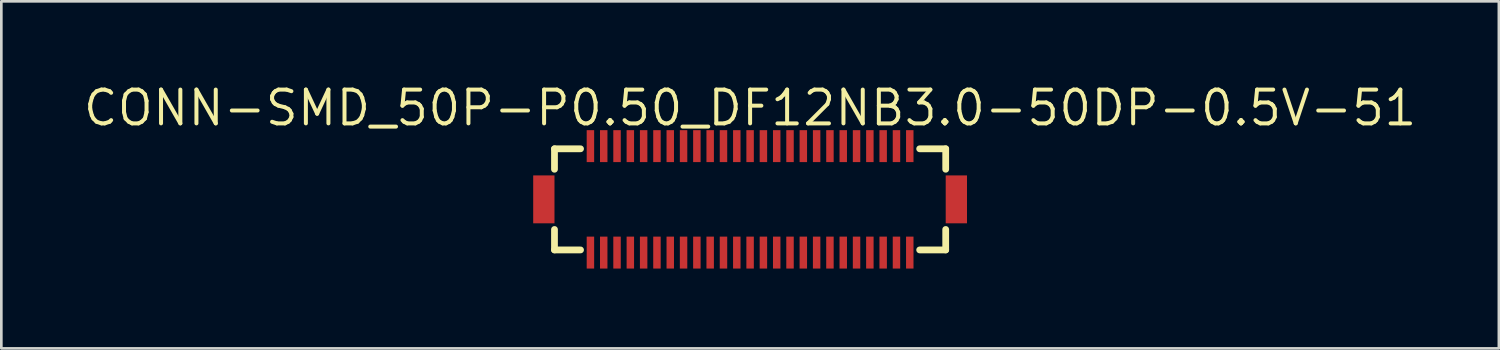
<source format=kicad_pcb>
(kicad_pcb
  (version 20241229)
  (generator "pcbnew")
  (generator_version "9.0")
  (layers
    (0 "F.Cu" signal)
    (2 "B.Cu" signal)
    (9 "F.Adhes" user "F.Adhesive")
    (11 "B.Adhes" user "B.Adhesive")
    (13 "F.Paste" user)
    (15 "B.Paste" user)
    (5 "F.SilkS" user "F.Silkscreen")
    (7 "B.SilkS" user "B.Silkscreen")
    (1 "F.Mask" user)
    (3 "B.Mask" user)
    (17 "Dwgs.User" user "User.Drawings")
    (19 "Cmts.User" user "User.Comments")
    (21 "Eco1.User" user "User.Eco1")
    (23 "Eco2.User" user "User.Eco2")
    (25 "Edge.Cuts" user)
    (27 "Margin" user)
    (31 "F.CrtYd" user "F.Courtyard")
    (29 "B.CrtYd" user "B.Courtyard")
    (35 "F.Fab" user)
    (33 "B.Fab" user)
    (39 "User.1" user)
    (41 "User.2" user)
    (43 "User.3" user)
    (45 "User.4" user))
  (footprint "CONN-SMD_50P-P0.50_DF12NB3.0-50DP-0.5V-51"
    (layer "F.Cu")
    (at 25.135 4.441)
    (property "Reference" "CONN-SMD_50P-P0.50_DF12NB3.0-50DP-0.5V-51" (at -0.00005 -3.435 0) (layer "F.SilkS") (effects (font (size 1.27 1.27) (thickness 0.15))))
    (fp_line (start -7.35 -1.9) (end -6.371 -1.9) (stroke (width 0.254) (type default)) (layer "F.SilkS"))
    (fp_line (start -7.35 -1.131) (end -7.35 -1.9) (stroke (width 0.254) (type default)) (layer "F.SilkS"))
    (fp_line (start -7.35 1.9) (end -7.35 1.131) (stroke (width 0.254) (type default)) (layer "F.SilkS"))
    (fp_line (start -6.371 1.9) (end -7.35 1.9) (stroke (width 0.254) (type default)) (layer "F.SilkS"))
    (fp_line (start 6.371 -1.9) (end 7.35 -1.9) (stroke (width 0.254) (type default)) (layer "F.SilkS"))
    (fp_line (start 7.35 -1.9) (end 7.35 -1.131) (stroke (width 0.254) (type default)) (layer "F.SilkS"))
    (fp_line (start 7.35 1.131) (end 7.35 1.9) (stroke (width 0.254) (type default)) (layer "F.SilkS"))
    (fp_line (start 7.35 1.9) (end 6.371 1.9) (stroke (width 0.254) (type default)) (layer "F.SilkS"))
    (fp_circle (center -7.8 2.3) (end -7.77 2.3) (stroke (width 0.06) (type default)) (fill no) (layer "User.5"))
    (pad "1" smd rect (at -6 2) (size 0.28 1.2) (layers "F.Cu" "F.Mask" "F.Paste"))
    (pad "2" smd rect (at -6 -2) (size 0.28 1.2) (layers "F.Cu" "F.Mask" "F.Paste"))
    (pad "3" smd rect (at -5.5 2) (size 0.28 1.2) (layers "F.Cu" "F.Mask" "F.Paste"))
    (pad "4" smd rect (at -5.5 -2) (size 0.28 1.2) (layers "F.Cu" "F.Mask" "F.Paste"))
    (pad "5" smd rect (at -5 2) (size 0.28 1.2) (layers "F.Cu" "F.Mask" "F.Paste"))
    (pad "6" smd rect (at -5 -2) (size 0.28 1.2) (layers "F.Cu" "F.Mask" "F.Paste"))
    (pad "7" smd rect (at -4.5 2) (size 0.28 1.2) (layers "F.Cu" "F.Mask" "F.Paste"))
    (pad "8" smd rect (at -4.5 -2) (size 0.28 1.2) (layers "F.Cu" "F.Mask" "F.Paste"))
    (pad "9" smd rect (at -4 2) (size 0.28 1.2) (layers "F.Cu" "F.Mask" "F.Paste"))
    (pad "10" smd rect (at -4 -2) (size 0.28 1.2) (layers "F.Cu" "F.Mask" "F.Paste"))
    (pad "11" smd rect (at -3.5 2) (size 0.28 1.2) (layers "F.Cu" "F.Mask" "F.Paste"))
    (pad "12" smd rect (at -3.5 -2) (size 0.28 1.2) (layers "F.Cu" "F.Mask" "F.Paste"))
    (pad "13" smd rect (at -3 2) (size 0.28 1.2) (layers "F.Cu" "F.Mask" "F.Paste"))
    (pad "14" smd rect (at -3 -2) (size 0.28 1.2) (layers "F.Cu" "F.Mask" "F.Paste"))
    (pad "15" smd rect (at -2.5 2) (size 0.28 1.2) (layers "F.Cu" "F.Mask" "F.Paste"))
    (pad "16" smd rect (at -2.5 -2) (size 0.28 1.2) (layers "F.Cu" "F.Mask" "F.Paste"))
    (pad "17" smd rect (at -2 2) (size 0.28 1.2) (layers "F.Cu" "F.Mask" "F.Paste"))
    (pad "18" smd rect (at -2 -2) (size 0.28 1.2) (layers "F.Cu" "F.Mask" "F.Paste"))
    (pad "19" smd rect (at -1.5 2) (size 0.28 1.2) (layers "F.Cu" "F.Mask" "F.Paste"))
    (pad "20" smd rect (at -1.5 -2) (size 0.28 1.2) (layers "F.Cu" "F.Mask" "F.Paste"))
    (pad "21" smd rect (at -1 2) (size 0.28 1.2) (layers "F.Cu" "F.Mask" "F.Paste"))
    (pad "22" smd rect (at -1 -2) (size 0.28 1.2) (layers "F.Cu" "F.Mask" "F.Paste"))
    (pad "23" smd rect (at -0.5 2) (size 0.28 1.2) (layers "F.Cu" "F.Mask" "F.Paste"))
    (pad "24" smd rect (at -0.5 -2) (size 0.28 1.2) (layers "F.Cu" "F.Mask" "F.Paste"))
    (pad "25" smd rect (at 0.0001 2) (size 0.28 1.2) (layers "F.Cu" "F.Mask" "F.Paste"))
    (pad "26" smd rect (at 0.0001 -2) (size 0.28 1.2) (layers "F.Cu" "F.Mask" "F.Paste"))
    (pad "27" smd rect (at 0.5 2) (size 0.28 1.2) (layers "F.Cu" "F.Mask" "F.Paste"))
    (pad "28" smd rect (at 0.5 -2) (size 0.28 1.2) (layers "F.Cu" "F.Mask" "F.Paste"))
    (pad "29" smd rect (at 1 2) (size 0.28 1.2) (layers "F.Cu" "F.Mask" "F.Paste"))
    (pad "30" smd rect (at 1 -2) (size 0.28 1.2) (layers "F.Cu" "F.Mask" "F.Paste"))
    (pad "31" smd rect (at 1.5 2) (size 0.28 1.2) (layers "F.Cu" "F.Mask" "F.Paste"))
    (pad "32" smd rect (at 1.5 -2) (size 0.28 1.2) (layers "F.Cu" "F.Mask" "F.Paste"))
    (pad "33" smd rect (at 2 2) (size 0.28 1.2) (layers "F.Cu" "F.Mask" "F.Paste"))
    (pad "34" smd rect (at 2 -2) (size 0.28 1.2) (layers "F.Cu" "F.Mask" "F.Paste"))
    (pad "35" smd rect (at 2.5 2) (size 0.28 1.2) (layers "F.Cu" "F.Mask" "F.Paste"))
    (pad "36" smd rect (at 2.5 -2) (size 0.28 1.2) (layers "F.Cu" "F.Mask" "F.Paste"))
    (pad "37" smd rect (at 3 2) (size 0.28 1.2) (layers "F.Cu" "F.Mask" "F.Paste"))
    (pad "38" smd rect (at 3 -2) (size 0.28 1.2) (layers "F.Cu" "F.Mask" "F.Paste"))
    (pad "39" smd rect (at 3.5 2) (size 0.28 1.2) (layers "F.Cu" "F.Mask" "F.Paste"))
    (pad "40" smd rect (at 3.5 -2) (size 0.28 1.2) (layers "F.Cu" "F.Mask" "F.Paste"))
    (pad "41" smd rect (at 4 2) (size 0.28 1.2) (layers "F.Cu" "F.Mask" "F.Paste"))
    (pad "42" smd rect (at 4 -2) (size 0.28 1.2) (layers "F.Cu" "F.Mask" "F.Paste"))
    (pad "43" smd rect (at 4.5 2) (size 0.28 1.2) (layers "F.Cu" "F.Mask" "F.Paste"))
    (pad "44" smd rect (at 4.5 -2) (size 0.28 1.2) (layers "F.Cu" "F.Mask" "F.Paste"))
    (pad "45" smd rect (at 5 2) (size 0.28 1.2) (layers "F.Cu" "F.Mask" "F.Paste"))
    (pad "46" smd rect (at 5 -2) (size 0.28 1.2) (layers "F.Cu" "F.Mask" "F.Paste"))
    (pad "47" smd rect (at 5.5 2) (size 0.28 1.2) (layers "F.Cu" "F.Mask" "F.Paste"))
    (pad "48" smd rect (at 5.5 -2) (size 0.28 1.2) (layers "F.Cu" "F.Mask" "F.Paste"))
    (pad "49" smd rect (at 6 2) (size 0.28 1.2) (layers "F.Cu" "F.Mask" "F.Paste"))
    (pad "50" smd rect (at 6 -2) (size 0.28 1.2) (layers "F.Cu" "F.Mask" "F.Paste"))
    (pad "51" smd rect (at -7.75 0) (size 0.8 1.8) (layers "F.Cu" "F.Mask" "F.Paste"))
    (pad "52" smd rect (at 7.75 0) (size 0.8 1.8) (layers "F.Cu" "F.Mask" "F.Paste"))
    (zone (net_name "") (layer "User.3") (hatch edge 0.5) (priority 100) (connect_pads yes) (min_thickness 0) (filled_areas_thickness no) (fill yes) (polygon (pts (xy 17.785 6.341) (xy 17.785 2.541) (xy 32.485 2.541) (xy 32.485 6.341))) (filled_polygon (layer "User.3") (island) (pts (xy 17.785 6.341) (xy 17.785 2.541) (xy 32.485 2.541) (xy 32.485 6.341))))
    (zone (net_name "") (layer "User.4") (hatch edge 0.5) (priority 100) (connect_pads yes) (min_thickness 0) (filled_areas_thickness no) (fill yes) (polygon (pts (xy 17.335 3.691) (xy 17.835 3.691) (xy 17.835 5.191) (xy 17.335 5.191))) (filled_polygon (layer "User.4") (island) (pts (xy 17.335 3.691) (xy 17.835 3.691) (xy 17.835 5.191) (xy 17.335 5.191))))
    (zone (net_name "") (layer "User.4") (hatch edge 0.5) (priority 100) (connect_pads yes) (min_thickness 0) (filled_areas_thickness no) (fill yes) (polygon (pts (xy 19.01 2.141) (xy 19.26 2.141) (xy 19.26 2.941) (xy 19.01 2.941))) (filled_polygon (layer "User.4") (island) (pts (xy 19.01 2.141) (xy 19.26 2.141) (xy 19.26 2.941) (xy 19.01 2.941))))
    (zone (net_name "") (layer "User.4") (hatch edge 0.5) (priority 100) (connect_pads yes) (min_thickness 0) (filled_areas_thickness no) (fill yes) (polygon (pts (xy 19.01 5.941) (xy 19.26 5.941) (xy 19.26 6.741) (xy 19.01 6.741))) (filled_polygon (layer "User.4") (island) (pts (xy 19.01 5.941) (xy 19.26 5.941) (xy 19.26 6.741) (xy 19.01 6.741))))
    (zone (net_name "") (layer "User.4") (hatch edge 0.5) (priority 100) (connect_pads yes) (min_thickness 0) (filled_areas_thickness no) (fill yes) (polygon (pts (xy 19.51 2.141) (xy 19.76 2.141) (xy 19.76 2.941) (xy 19.51 2.941))) (filled_polygon (layer "User.4") (island) (pts (xy 19.51 2.141) (xy 19.76 2.141) (xy 19.76 2.941) (xy 19.51 2.941))))
    (zone (net_name "") (layer "User.4") (hatch edge 0.5) (priority 100) (connect_pads yes) (min_thickness 0) (filled_areas_thickness no) (fill yes) (polygon (pts (xy 19.51 5.941) (xy 19.76 5.941) (xy 19.76 6.741) (xy 19.51 6.741))) (filled_polygon (layer "User.4") (island) (pts (xy 19.51 5.941) (xy 19.76 5.941) (xy 19.76 6.741) (xy 19.51 6.741))))
    (zone (net_name "") (layer "User.4") (hatch edge 0.5) (priority 100) (connect_pads yes) (min_thickness 0) (filled_areas_thickness no) (fill yes) (polygon (pts (xy 20.01 2.141) (xy 20.26 2.141) (xy 20.26 2.941) (xy 20.01 2.941))) (filled_polygon (layer "User.4") (island) (pts (xy 20.01 2.141) (xy 20.26 2.141) (xy 20.26 2.941) (xy 20.01 2.941))))
    (zone (net_name "") (layer "User.4") (hatch edge 0.5) (priority 100) (connect_pads yes) (min_thickness 0) (filled_areas_thickness no) (fill yes) (polygon (pts (xy 20.01 5.941) (xy 20.26 5.941) (xy 20.26 6.741) (xy 20.01 6.741))) (filled_polygon (layer "User.4") (island) (pts (xy 20.01 5.941) (xy 20.26 5.941) (xy 20.26 6.741) (xy 20.01 6.741))))
    (zone (net_name "") (layer "User.4") (hatch edge 0.5) (priority 100) (connect_pads yes) (min_thickness 0) (filled_areas_thickness no) (fill yes) (polygon (pts (xy 20.51 2.141) (xy 20.76 2.141) (xy 20.76 2.941) (xy 20.51 2.941))) (filled_polygon (layer "User.4") (island) (pts (xy 20.51 2.141) (xy 20.76 2.141) (xy 20.76 2.941) (xy 20.51 2.941))))
    (zone (net_name "") (layer "User.4") (hatch edge 0.5) (priority 100) (connect_pads yes) (min_thickness 0) (filled_areas_thickness no) (fill yes) (polygon (pts (xy 20.51 5.941) (xy 20.76 5.941) (xy 20.76 6.741) (xy 20.51 6.741))) (filled_polygon (layer "User.4") (island) (pts (xy 20.51 5.941) (xy 20.76 5.941) (xy 20.76 6.741) (xy 20.51 6.741))))
    (zone (net_name "") (layer "User.4") (hatch edge 0.5) (priority 100) (connect_pads yes) (min_thickness 0) (filled_areas_thickness no) (fill yes) (polygon (pts (xy 21.01 2.141) (xy 21.26 2.141) (xy 21.26 2.941) (xy 21.01 2.941))) (filled_polygon (layer "User.4") (island) (pts (xy 21.01 2.141) (xy 21.26 2.141) (xy 21.26 2.941) (xy 21.01 2.941))))
    (zone (net_name "") (layer "User.4") (hatch edge 0.5) (priority 100) (connect_pads yes) (min_thickness 0) (filled_areas_thickness no) (fill yes) (polygon (pts (xy 21.01 5.941) (xy 21.26 5.941) (xy 21.26 6.741) (xy 21.01 6.741))) (filled_polygon (layer "User.4") (island) (pts (xy 21.01 5.941) (xy 21.26 5.941) (xy 21.26 6.741) (xy 21.01 6.741))))
    (zone (net_name "") (layer "User.4") (hatch edge 0.5) (priority 100) (connect_pads yes) (min_thickness 0) (filled_areas_thickness no) (fill yes) (polygon (pts (xy 21.51 2.141) (xy 21.76 2.141) (xy 21.76 2.941) (xy 21.51 2.941))) (filled_polygon (layer "User.4") (island) (pts (xy 21.51 2.141) (xy 21.76 2.141) (xy 21.76 2.941) (xy 21.51 2.941))))
    (zone (net_name "") (layer "User.4") (hatch edge 0.5) (priority 100) (connect_pads yes) (min_thickness 0) (filled_areas_thickness no) (fill yes) (polygon (pts (xy 21.51 5.941) (xy 21.76 5.941) (xy 21.76 6.741) (xy 21.51 6.741))) (filled_polygon (layer "User.4") (island) (pts (xy 21.51 5.941) (xy 21.76 5.941) (xy 21.76 6.741) (xy 21.51 6.741))))
    (zone (net_name "") (layer "User.4") (hatch edge 0.5) (priority 100) (connect_pads yes) (min_thickness 0) (filled_areas_thickness no) (fill yes) (polygon (pts (xy 22.01 2.141) (xy 22.26 2.141) (xy 22.26 2.941) (xy 22.01 2.941))) (filled_polygon (layer "User.4") (island) (pts (xy 22.01 2.141) (xy 22.26 2.141) (xy 22.26 2.941) (xy 22.01 2.941))))
    (zone (net_name "") (layer "User.4") (hatch edge 0.5) (priority 100) (connect_pads yes) (min_thickness 0) (filled_areas_thickness no) (fill yes) (polygon (pts (xy 22.01 5.941) (xy 22.26 5.941) (xy 22.26 6.741) (xy 22.01 6.741))) (filled_polygon (layer "User.4") (island) (pts (xy 22.01 5.941) (xy 22.26 5.941) (xy 22.26 6.741) (xy 22.01 6.741))))
    (zone (net_name "") (layer "User.4") (hatch edge 0.5) (priority 100) (connect_pads yes) (min_thickness 0) (filled_areas_thickness no) (fill yes) (polygon (pts (xy 22.51 2.141) (xy 22.76 2.141) (xy 22.76 2.941) (xy 22.51 2.941))) (filled_polygon (layer "User.4") (island) (pts (xy 22.51 2.141) (xy 22.76 2.141) (xy 22.76 2.941) (xy 22.51 2.941))))
    (zone (net_name "") (layer "User.4") (hatch edge 0.5) (priority 100) (connect_pads yes) (min_thickness 0) (filled_areas_thickness no) (fill yes) (polygon (pts (xy 22.51 5.941) (xy 22.76 5.941) (xy 22.76 6.741) (xy 22.51 6.741))) (filled_polygon (layer "User.4") (island) (pts (xy 22.51 5.941) (xy 22.76 5.941) (xy 22.76 6.741) (xy 22.51 6.741))))
    (zone (net_name "") (layer "User.4") (hatch edge 0.5) (priority 100) (connect_pads yes) (min_thickness 0) (filled_areas_thickness no) (fill yes) (polygon (pts (xy 23.01 2.141) (xy 23.26 2.141) (xy 23.26 2.941) (xy 23.01 2.941))) (filled_polygon (layer "User.4") (island) (pts (xy 23.01 2.141) (xy 23.26 2.141) (xy 23.26 2.941) (xy 23.01 2.941))))
    (zone (net_name "") (layer "User.4") (hatch edge 0.5) (priority 100) (connect_pads yes) (min_thickness 0) (filled_areas_thickness no) (fill yes) (polygon (pts (xy 23.01 5.941) (xy 23.26 5.941) (xy 23.26 6.741) (xy 23.01 6.741))) (filled_polygon (layer "User.4") (island) (pts (xy 23.01 5.941) (xy 23.26 5.941) (xy 23.26 6.741) (xy 23.01 6.741))))
    (zone (net_name "") (layer "User.4") (hatch edge 0.5) (priority 100) (connect_pads yes) (min_thickness 0) (filled_areas_thickness no) (fill yes) (polygon (pts (xy 23.51 2.141) (xy 23.76 2.141) (xy 23.76 2.941) (xy 23.51 2.941))) (filled_polygon (layer "User.4") (island) (pts (xy 23.51 2.141) (xy 23.76 2.141) (xy 23.76 2.941) (xy 23.51 2.941))))
    (zone (net_name "") (layer "User.4") (hatch edge 0.5) (priority 100) (connect_pads yes) (min_thickness 0) (filled_areas_thickness no) (fill yes) (polygon (pts (xy 23.51 5.941) (xy 23.76 5.941) (xy 23.76 6.741) (xy 23.51 6.741))) (filled_polygon (layer "User.4") (island) (pts (xy 23.51 5.941) (xy 23.76 5.941) (xy 23.76 6.741) (xy 23.51 6.741))))
    (zone (net_name "") (layer "User.4") (hatch edge 0.5) (priority 100) (connect_pads yes) (min_thickness 0) (filled_areas_thickness no) (fill yes) (polygon (pts (xy 24.01 2.141) (xy 24.26 2.141) (xy 24.26 2.941) (xy 24.01 2.941))) (filled_polygon (layer "User.4") (island) (pts (xy 24.01 2.141) (xy 24.26 2.141) (xy 24.26 2.941) (xy 24.01 2.941))))
    (zone (net_name "") (layer "User.4") (hatch edge 0.5) (priority 100) (connect_pads yes) (min_thickness 0) (filled_areas_thickness no) (fill yes) (polygon (pts (xy 24.01 5.941) (xy 24.26 5.941) (xy 24.26 6.741) (xy 24.01 6.741))) (filled_polygon (layer "User.4") (island) (pts (xy 24.01 5.941) (xy 24.26 5.941) (xy 24.26 6.741) (xy 24.01 6.741))))
    (zone (net_name "") (layer "User.4") (hatch edge 0.5) (priority 100) (connect_pads yes) (min_thickness 0) (filled_areas_thickness no) (fill yes) (polygon (pts (xy 24.51 2.141) (xy 24.76 2.141) (xy 24.76 2.941) (xy 24.51 2.941))) (filled_polygon (layer "User.4") (island) (pts (xy 24.51 2.141) (xy 24.76 2.141) (xy 24.76 2.941) (xy 24.51 2.941))))
    (zone (net_name "") (layer "User.4") (hatch edge 0.5) (priority 100) (connect_pads yes) (min_thickness 0) (filled_areas_thickness no) (fill yes) (polygon (pts (xy 24.51 5.941) (xy 24.76 5.941) (xy 24.76 6.741) (xy 24.51 6.741))) (filled_polygon (layer "User.4") (island) (pts (xy 24.51 5.941) (xy 24.76 5.941) (xy 24.76 6.741) (xy 24.51 6.741))))
    (zone (net_name "") (layer "User.4") (hatch edge 0.5) (priority 100) (connect_pads yes) (min_thickness 0) (filled_areas_thickness no) (fill yes) (polygon (pts (xy 25.01 2.141) (xy 25.26 2.141) (xy 25.26 2.941) (xy 25.01 2.941))) (filled_polygon (layer "User.4") (island) (pts (xy 25.01 2.141) (xy 25.26 2.141) (xy 25.26 2.941) (xy 25.01 2.941))))
    (zone (net_name "") (layer "User.4") (hatch edge 0.5) (priority 100) (connect_pads yes) (min_thickness 0) (filled_areas_thickness no) (fill yes) (polygon (pts (xy 25.01 5.941) (xy 25.26 5.941) (xy 25.26 6.741) (xy 25.01 6.741))) (filled_polygon (layer "User.4") (island) (pts (xy 25.01 5.941) (xy 25.26 5.941) (xy 25.26 6.741) (xy 25.01 6.741))))
    (zone (net_name "") (layer "User.4") (hatch edge 0.5) (priority 100) (connect_pads yes) (min_thickness 0) (filled_areas_thickness no) (fill yes) (polygon (pts (xy 25.51 2.141) (xy 25.76 2.141) (xy 25.76 2.941) (xy 25.51 2.941))) (filled_polygon (layer "User.4") (island) (pts (xy 25.51 2.141) (xy 25.76 2.141) (xy 25.76 2.941) (xy 25.51 2.941))))
    (zone (net_name "") (layer "User.4") (hatch edge 0.5) (priority 100) (connect_pads yes) (min_thickness 0) (filled_areas_thickness no) (fill yes) (polygon (pts (xy 25.51 5.941) (xy 25.76 5.941) (xy 25.76 6.741) (xy 25.51 6.741))) (filled_polygon (layer "User.4") (island) (pts (xy 25.51 5.941) (xy 25.76 5.941) (xy 25.76 6.741) (xy 25.51 6.741))))
    (zone (net_name "") (layer "User.4") (hatch edge 0.5) (priority 100) (connect_pads yes) (min_thickness 0) (filled_areas_thickness no) (fill yes) (polygon (pts (xy 26.01 2.141) (xy 26.26 2.141) (xy 26.26 2.941) (xy 26.01 2.941))) (filled_polygon (layer "User.4") (island) (pts (xy 26.01 2.141) (xy 26.26 2.141) (xy 26.26 2.941) (xy 26.01 2.941))))
    (zone (net_name "") (layer "User.4") (hatch edge 0.5) (priority 100) (connect_pads yes) (min_thickness 0) (filled_areas_thickness no) (fill yes) (polygon (pts (xy 26.01 5.941) (xy 26.26 5.941) (xy 26.26 6.741) (xy 26.01 6.741))) (filled_polygon (layer "User.4") (island) (pts (xy 26.01 5.941) (xy 26.26 5.941) (xy 26.26 6.741) (xy 26.01 6.741))))
    (zone (net_name "") (layer "User.4") (hatch edge 0.5) (priority 100) (connect_pads yes) (min_thickness 0) (filled_areas_thickness no) (fill yes) (polygon (pts (xy 26.51 2.141) (xy 26.76 2.141) (xy 26.76 2.941) (xy 26.51 2.941))) (filled_polygon (layer "User.4") (island) (pts (xy 26.51 2.141) (xy 26.76 2.141) (xy 26.76 2.941) (xy 26.51 2.941))))
    (zone (net_name "") (layer "User.4") (hatch edge 0.5) (priority 100) (connect_pads yes) (min_thickness 0) (filled_areas_thickness no) (fill yes) (polygon (pts (xy 26.51 5.941) (xy 26.76 5.941) (xy 26.76 6.741) (xy 26.51 6.741))) (filled_polygon (layer "User.4") (island) (pts (xy 26.51 5.941) (xy 26.76 5.941) (xy 26.76 6.741) (xy 26.51 6.741))))
    (zone (net_name "") (layer "User.4") (hatch edge 0.5) (priority 100) (connect_pads yes) (min_thickness 0) (filled_areas_thickness no) (fill yes) (polygon (pts (xy 27.01 2.141) (xy 27.26 2.141) (xy 27.26 2.941) (xy 27.01 2.941))) (filled_polygon (layer "User.4") (island) (pts (xy 27.01 2.141) (xy 27.26 2.141) (xy 27.26 2.941) (xy 27.01 2.941))))
    (zone (net_name "") (layer "User.4") (hatch edge 0.5) (priority 100) (connect_pads yes) (min_thickness 0) (filled_areas_thickness no) (fill yes) (polygon (pts (xy 27.01 5.941) (xy 27.26 5.941) (xy 27.26 6.741) (xy 27.01 6.741))) (filled_polygon (layer "User.4") (island) (pts (xy 27.01 5.941) (xy 27.26 5.941) (xy 27.26 6.741) (xy 27.01 6.741))))
    (zone (net_name "") (layer "User.4") (hatch edge 0.5) (priority 100) (connect_pads yes) (min_thickness 0) (filled_areas_thickness no) (fill yes) (polygon (pts (xy 27.51 2.141) (xy 27.76 2.141) (xy 27.76 2.941) (xy 27.51 2.941))) (filled_polygon (layer "User.4") (island) (pts (xy 27.51 2.141) (xy 27.76 2.141) (xy 27.76 2.941) (xy 27.51 2.941))))
    (zone (net_name "") (layer "User.4") (hatch edge 0.5) (priority 100) (connect_pads yes) (min_thickness 0) (filled_areas_thickness no) (fill yes) (polygon (pts (xy 27.51 5.941) (xy 27.76 5.941) (xy 27.76 6.741) (xy 27.51 6.741))) (filled_polygon (layer "User.4") (island) (pts (xy 27.51 5.941) (xy 27.76 5.941) (xy 27.76 6.741) (xy 27.51 6.741))))
    (zone (net_name "") (layer "User.4") (hatch edge 0.5) (priority 100) (connect_pads yes) (min_thickness 0) (filled_areas_thickness no) (fill yes) (polygon (pts (xy 28.01 2.141) (xy 28.26 2.141) (xy 28.26 2.941) (xy 28.01 2.941))) (filled_polygon (layer "User.4") (island) (pts (xy 28.01 2.141) (xy 28.26 2.141) (xy 28.26 2.941) (xy 28.01 2.941))))
    (zone (net_name "") (layer "User.4") (hatch edge 0.5) (priority 100) (connect_pads yes) (min_thickness 0) (filled_areas_thickness no) (fill yes) (polygon (pts (xy 28.01 5.941) (xy 28.26 5.941) (xy 28.26 6.741) (xy 28.01 6.741))) (filled_polygon (layer "User.4") (island) (pts (xy 28.01 5.941) (xy 28.26 5.941) (xy 28.26 6.741) (xy 28.01 6.741))))
    (zone (net_name "") (layer "User.4") (hatch edge 0.5) (priority 100) (connect_pads yes) (min_thickness 0) (filled_areas_thickness no) (fill yes) (polygon (pts (xy 28.51 2.141) (xy 28.76 2.141) (xy 28.76 2.941) (xy 28.51 2.941))) (filled_polygon (layer "User.4") (island) (pts (xy 28.51 2.141) (xy 28.76 2.141) (xy 28.76 2.941) (xy 28.51 2.941))))
    (zone (net_name "") (layer "User.4") (hatch edge 0.5) (priority 100) (connect_pads yes) (min_thickness 0) (filled_areas_thickness no) (fill yes) (polygon (pts (xy 28.51 5.941) (xy 28.76 5.941) (xy 28.76 6.741) (xy 28.51 6.741))) (filled_polygon (layer "User.4") (island) (pts (xy 28.51 5.941) (xy 28.76 5.941) (xy 28.76 6.741) (xy 28.51 6.741))))
    (zone (net_name "") (layer "User.4") (hatch edge 0.5) (priority 100) (connect_pads yes) (min_thickness 0) (filled_areas_thickness no) (fill yes) (polygon (pts (xy 29.01 2.141) (xy 29.26 2.141) (xy 29.26 2.941) (xy 29.01 2.941))) (filled_polygon (layer "User.4") (island) (pts (xy 29.01 2.141) (xy 29.26 2.141) (xy 29.26 2.941) (xy 29.01 2.941))))
    (zone (net_name "") (layer "User.4") (hatch edge 0.5) (priority 100) (connect_pads yes) (min_thickness 0) (filled_areas_thickness no) (fill yes) (polygon (pts (xy 29.01 5.941) (xy 29.26 5.941) (xy 29.26 6.741) (xy 29.01 6.741))) (filled_polygon (layer "User.4") (island) (pts (xy 29.01 5.941) (xy 29.26 5.941) (xy 29.26 6.741) (xy 29.01 6.741))))
    (zone (net_name "") (layer "User.4") (hatch edge 0.5) (priority 100) (connect_pads yes) (min_thickness 0) (filled_areas_thickness no) (fill yes) (polygon (pts (xy 29.51 2.141) (xy 29.76 2.141) (xy 29.76 2.941) (xy 29.51 2.941))) (filled_polygon (layer "User.4") (island) (pts (xy 29.51 2.141) (xy 29.76 2.141) (xy 29.76 2.941) (xy 29.51 2.941))))
    (zone (net_name "") (layer "User.4") (hatch edge 0.5) (priority 100) (connect_pads yes) (min_thickness 0) (filled_areas_thickness no) (fill yes) (polygon (pts (xy 29.51 5.941) (xy 29.76 5.941) (xy 29.76 6.741) (xy 29.51 6.741))) (filled_polygon (layer "User.4") (island) (pts (xy 29.51 5.941) (xy 29.76 5.941) (xy 29.76 6.741) (xy 29.51 6.741))))
    (zone (net_name "") (layer "User.4") (hatch edge 0.5) (priority 100) (connect_pads yes) (min_thickness 0) (filled_areas_thickness no) (fill yes) (polygon (pts (xy 30.01 2.141) (xy 30.26 2.141) (xy 30.26 2.941) (xy 30.01 2.941))) (filled_polygon (layer "User.4") (island) (pts (xy 30.01 2.141) (xy 30.26 2.141) (xy 30.26 2.941) (xy 30.01 2.941))))
    (zone (net_name "") (layer "User.4") (hatch edge 0.5) (priority 100) (connect_pads yes) (min_thickness 0) (filled_areas_thickness no) (fill yes) (polygon (pts (xy 30.01 5.941) (xy 30.26 5.941) (xy 30.26 6.741) (xy 30.01 6.741))) (filled_polygon (layer "User.4") (island) (pts (xy 30.01 5.941) (xy 30.26 5.941) (xy 30.26 6.741) (xy 30.01 6.741))))
    (zone (net_name "") (layer "User.4") (hatch edge 0.5) (priority 100) (connect_pads yes) (min_thickness 0) (filled_areas_thickness no) (fill yes) (polygon (pts (xy 30.51 2.141) (xy 30.76 2.141) (xy 30.76 2.941) (xy 30.51 2.941))) (filled_polygon (layer "User.4") (island) (pts (xy 30.51 2.141) (xy 30.76 2.141) (xy 30.76 2.941) (xy 30.51 2.941))))
    (zone (net_name "") (layer "User.4") (hatch edge 0.5) (priority 100) (connect_pads yes) (min_thickness 0) (filled_areas_thickness no) (fill yes) (polygon (pts (xy 30.51 5.941) (xy 30.76 5.941) (xy 30.76 6.741) (xy 30.51 6.741))) (filled_polygon (layer "User.4") (island) (pts (xy 30.51 5.941) (xy 30.76 5.941) (xy 30.76 6.741) (xy 30.51 6.741))))
    (zone (net_name "") (layer "User.4") (hatch edge 0.5) (priority 100) (connect_pads yes) (min_thickness 0) (filled_areas_thickness no) (fill yes) (polygon (pts (xy 31.01 2.141) (xy 31.26 2.141) (xy 31.26 2.941) (xy 31.01 2.941))) (filled_polygon (layer "User.4") (island) (pts (xy 31.01 2.141) (xy 31.26 2.141) (xy 31.26 2.941) (xy 31.01 2.941))))
    (zone (net_name "") (layer "User.4") (hatch edge 0.5) (priority 100) (connect_pads yes) (min_thickness 0) (filled_areas_thickness no) (fill yes) (polygon (pts (xy 31.01 5.941) (xy 31.26 5.941) (xy 31.26 6.741) (xy 31.01 6.741))) (filled_polygon (layer "User.4") (island) (pts (xy 31.01 5.941) (xy 31.26 5.941) (xy 31.26 6.741) (xy 31.01 6.741))))
    (zone (net_name "") (layer "User.4") (hatch edge 0.5) (priority 100) (connect_pads yes) (min_thickness 0) (filled_areas_thickness no) (fill yes) (polygon (pts (xy 32.435 3.691) (xy 32.935 3.691) (xy 32.935 5.191) (xy 32.435 5.191))) (filled_polygon (layer "User.4") (island) (pts (xy 32.435 3.691) (xy 32.935 3.691) (xy 32.935 5.191) (xy 32.435 5.191)))))
  (gr_rect
    (start -3 -3)
    (end 53.27 10.041)
    (stroke (width 0.1) (type default))
    (fill no)
    (layer "Edge.Cuts")))
</source>
